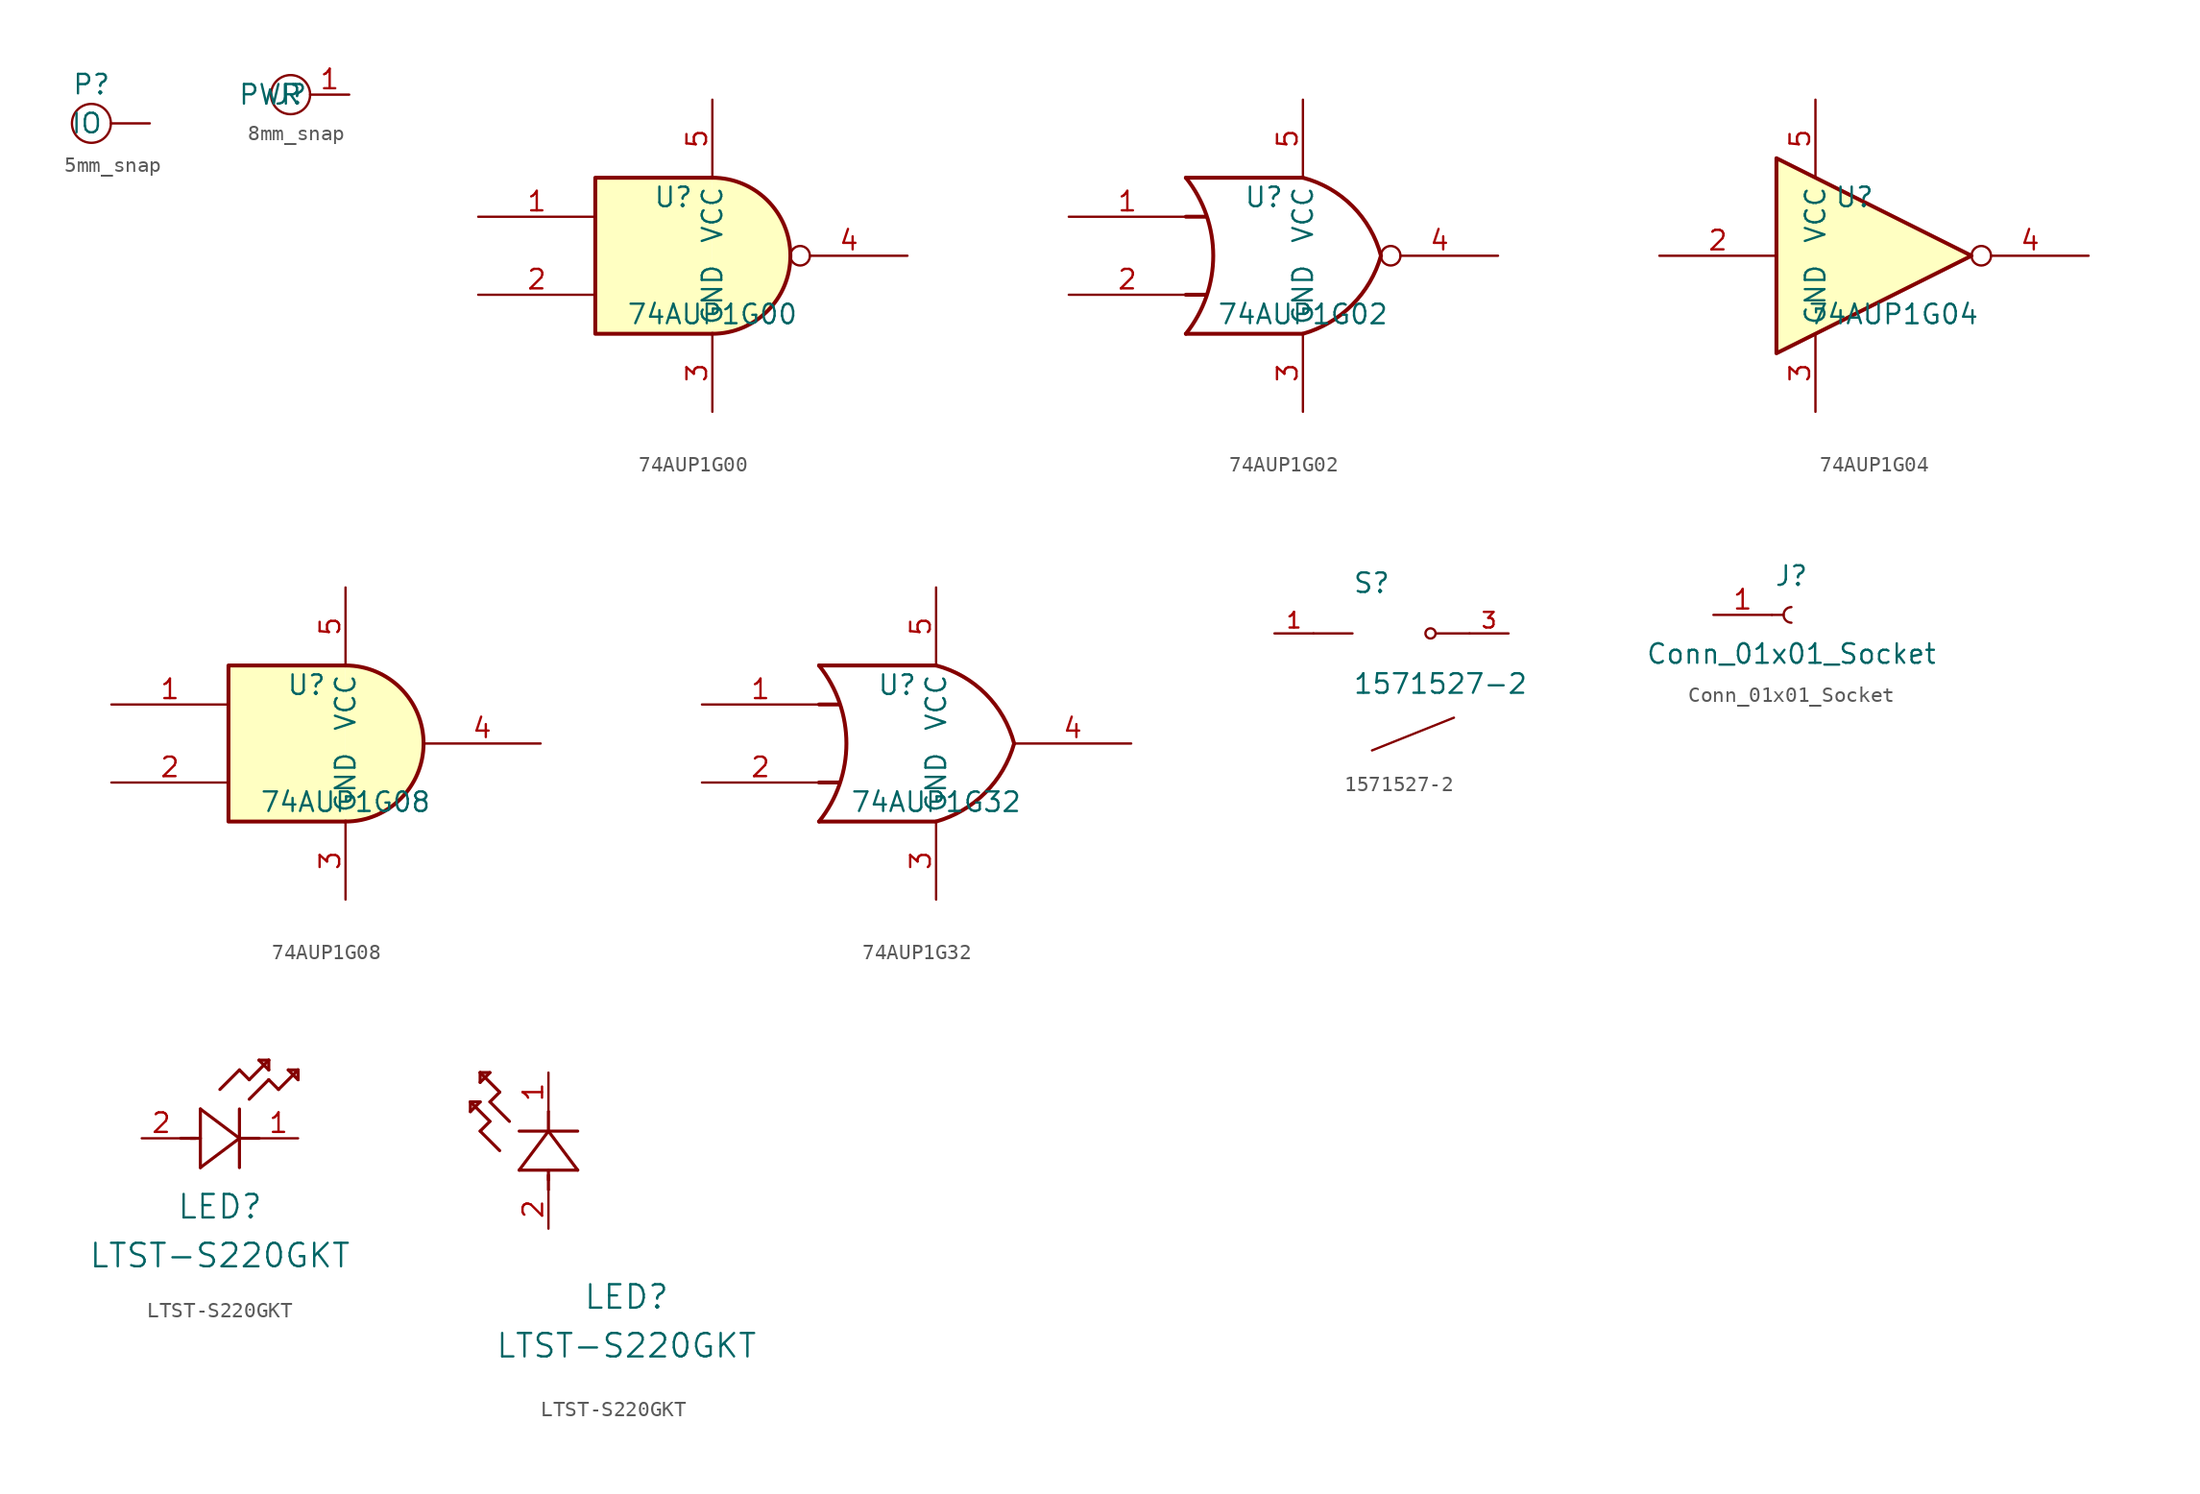
<source format=kicad_sym>
(kicad_symbol_lib
  (version 20220914)
  (generator kicad_symbol_editor)
  (symbol "5mm_snap"
    (property "Reference" "P"
      (at 0 2.54 0)
      (effects (font (size 1.27 1.27))))
    (property "Value" ""
      (at 0 0 0)
      (effects (font (size 1.27 1.27))))
    (symbol "5mm_snap_0_1"
      (circle (center 0 0) (radius 1.27) (stroke (width 0) (type default)) (fill (type none))))
    (symbol "5mm_snap_1_1"
      (pin bidirectional line (at 3.81 0 180) (length 2.54) (name "IO" (effects (font (size 1.27 1.27)))) (number "" (effects (font (size 1.27 1.27)))))))
  (symbol "8mm_snap"
    (property "Reference" "J"
      (at 0 0 0)
      (effects (font (size 1.27 1.27))))
    (property "Value" ""
      (at 0 0 0)
      (effects (font (size 1.27 1.27))))
    (symbol "8mm_snap_0_1"
      (circle (center 0 0) (radius 1.27) (stroke (width 0) (type default)) (fill (type none))))
    (symbol "8mm_snap_1_1"
      (pin output line (at 3.81 0 180) (length 2.54) (name "PWR" (effects (font (size 1.27 1.27)))) (number "1" (effects (font (size 1.27 1.27)))))))
  (symbol "74AUP1G00"
    (property "Reference" "U"
      (at -2.54 3.81 0)
      (effects (font (size 1.27 1.27))))
    (property "Value" "74AUP1G00"
      (at 0 -3.81 0)
      (effects (font (size 1.27 1.27))))
    (symbol "74AUP1G00_0_1"
      (arc (start 0 -5.08) (mid 5.0579 0) (end 0 5.08) (stroke (width 0.254) (type default)) (fill (type background)))
      (polyline (pts (xy 0 -5.08) (xy -7.62 -5.08) (xy -7.62 5.08) (xy 0 5.08)) (stroke (width 0.254) (type default)) (fill (type background))))
    (symbol "74AUP1G00_1_1"
      (pin input line (at -15.24 2.54 0) (length 7.62) (name "~" (effects (font (size 1.27 1.27)))) (number "1" (effects (font (size 1.27 1.27)))))
      (pin input line (at -15.24 -2.54 0) (length 7.62) (name "~" (effects (font (size 1.27 1.27)))) (number "2" (effects (font (size 1.27 1.27)))))
      (pin power_in line (at 0 -10.16 90) (length 5.08) (name "GND" (effects (font (size 1.27 1.27)))) (number "3" (effects (font (size 1.27 1.27)))))
      (pin output inverted (at 12.7 0 180) (length 7.62) (name "~" (effects (font (size 1.27 1.27)))) (number "4" (effects (font (size 1.27 1.27)))))
      (pin power_in line (at 0 10.16 270) (length 5.08) (name "VCC" (effects (font (size 1.27 1.27)))) (number "5" (effects (font (size 1.27 1.27)))))))
  (symbol "74AUP1G02"
    (property "Reference" "U"
      (at -2.54 3.81 0)
      (effects (font (size 1.27 1.27))))
    (property "Value" "74AUP1G02"
      (at 0 -3.81 0)
      (effects (font (size 1.27 1.27))))
    (symbol "74AUP1G02_0_1"
      (arc (start -7.62 -5.08) (mid -5.838 0) (end -7.62 5.08) (stroke (width 0.254) (type default)) (fill (type none)))
      (arc (start 0 -5.08) (mid 3.1986 -3.2054) (end 5.08 0) (stroke (width 0.254) (type default)) (fill (type none)))
      (polyline (pts (xy -7.62 -2.54) (xy -6.35 -2.54)) (stroke (width 0.254) (type default)) (fill (type background)))
      (polyline (pts (xy -7.62 2.54) (xy -6.35 2.54)) (stroke (width 0.254) (type default)) (fill (type background)))
      (polyline (pts (xy 0 -5.08) (xy -7.62 -5.08)) (stroke (width 0.254) (type default)) (fill (type background)))
      (polyline (pts (xy 0 5.08) (xy -7.62 5.08)) (stroke (width 0.254) (type default)) (fill (type background)))
      (arc (start 5.08 0) (mid 3.2238 3.2304) (end 0 5.08) (stroke (width 0.254) (type default)) (fill (type none))))
    (symbol "74AUP1G02_1_1"
      (pin input line (at -15.24 2.54 0) (length 7.62) (name "~" (effects (font (size 1.27 1.27)))) (number "1" (effects (font (size 1.27 1.27)))))
      (pin input line (at -15.24 -2.54 0) (length 7.62) (name "~" (effects (font (size 1.27 1.27)))) (number "2" (effects (font (size 1.27 1.27)))))
      (pin power_in line (at 0 -10.16 90) (length 5.08) (name "GND" (effects (font (size 1.27 1.27)))) (number "3" (effects (font (size 1.27 1.27)))))
      (pin output inverted (at 12.7 0 180) (length 7.62) (name "~" (effects (font (size 1.27 1.27)))) (number "4" (effects (font (size 1.27 1.27)))))
      (pin power_in line (at 0 10.16 270) (length 5.08) (name "VCC" (effects (font (size 1.27 1.27)))) (number "5" (effects (font (size 1.27 1.27)))))))
  (symbol "74AUP1G04"
    (property "Reference" "U"
      (at -2.54 3.81 0)
      (effects (font (size 1.27 1.27))))
    (property "Value" "74AUP1G04"
      (at 0 -3.81 0)
      (effects (font (size 1.27 1.27))))
    (symbol "74AUP1G04_0_1"
      (polyline (pts (xy -7.62 6.35) (xy -7.62 -6.35) (xy 5.08 0) (xy -7.62 6.35)) (stroke (width 0.254) (type default)) (fill (type background))))
    (symbol "74AUP1G04_1_1"
      (pin input line (at -15.24 0 0) (length 7.62) (name "~" (effects (font (size 1.27 1.27)))) (number "2" (effects (font (size 1.27 1.27)))))
      (pin power_in line (at -5.08 -10.16 90) (length 5.08) (name "GND" (effects (font (size 1.27 1.27)))) (number "3" (effects (font (size 1.27 1.27)))))
      (pin output inverted (at 12.7 0 180) (length 7.62) (name "~" (effects (font (size 1.27 1.27)))) (number "4" (effects (font (size 1.27 1.27)))))
      (pin power_in line (at -5.08 10.16 270) (length 5.08) (name "VCC" (effects (font (size 1.27 1.27)))) (number "5" (effects (font (size 1.27 1.27)))))))
  (symbol "74AUP1G08"
    (property "Reference" "U"
      (at -2.54 3.81 0)
      (effects (font (size 1.27 1.27))))
    (property "Value" "74AUP1G08"
      (at 0 -3.81 0)
      (effects (font (size 1.27 1.27))))
    (symbol "74AUP1G08_0_1"
      (arc (start 0 -5.08) (mid 5.0579 0) (end 0 5.08) (stroke (width 0.254) (type default)) (fill (type background)))
      (polyline (pts (xy 0 -5.08) (xy -7.62 -5.08) (xy -7.62 5.08) (xy 0 5.08)) (stroke (width 0.254) (type default)) (fill (type background))))
    (symbol "74AUP1G08_1_1"
      (pin input line (at -15.24 2.54 0) (length 7.62) (name "~" (effects (font (size 1.27 1.27)))) (number "1" (effects (font (size 1.27 1.27)))))
      (pin input line (at -15.24 -2.54 0) (length 7.62) (name "~" (effects (font (size 1.27 1.27)))) (number "2" (effects (font (size 1.27 1.27)))))
      (pin power_in line (at 0 -10.16 90) (length 5.08) (name "GND" (effects (font (size 1.27 1.27)))) (number "3" (effects (font (size 1.27 1.27)))))
      (pin output line (at 12.7 0 180) (length 7.62) (name "~" (effects (font (size 1.27 1.27)))) (number "4" (effects (font (size 1.27 1.27)))))
      (pin power_in line (at 0 10.16 270) (length 5.08) (name "VCC" (effects (font (size 1.27 1.27)))) (number "5" (effects (font (size 1.27 1.27)))))))
  (symbol "74AUP1G32"
    (property "Reference" "U"
      (at -2.54 3.81 0)
      (effects (font (size 1.27 1.27))))
    (property "Value" "74AUP1G32"
      (at 0 -3.81 0)
      (effects (font (size 1.27 1.27))))
    (symbol "74AUP1G32_0_1"
      (arc (start -7.62 -5.08) (mid -5.838 0) (end -7.62 5.08) (stroke (width 0.254) (type default)) (fill (type none)))
      (arc (start 0 -5.08) (mid 3.1986 -3.2054) (end 5.08 0) (stroke (width 0.254) (type default)) (fill (type none)))
      (polyline (pts (xy -7.62 -2.54) (xy -6.35 -2.54)) (stroke (width 0.254) (type default)) (fill (type background)))
      (polyline (pts (xy -7.62 2.54) (xy -6.35 2.54)) (stroke (width 0.254) (type default)) (fill (type background)))
      (polyline (pts (xy 0 -5.08) (xy -7.62 -5.08)) (stroke (width 0.254) (type default)) (fill (type background)))
      (polyline (pts (xy 0 5.08) (xy -7.62 5.08)) (stroke (width 0.254) (type default)) (fill (type background)))
      (arc (start 5.08 0) (mid 3.2238 3.2304) (end 0 5.08) (stroke (width 0.254) (type default)) (fill (type none))))
    (symbol "74AUP1G32_1_1"
      (pin input line (at -15.24 2.54 0) (length 7.62) (name "~" (effects (font (size 1.27 1.27)))) (number "1" (effects (font (size 1.27 1.27)))))
      (pin input line (at -15.24 -2.54 0) (length 7.62) (name "~" (effects (font (size 1.27 1.27)))) (number "2" (effects (font (size 1.27 1.27)))))
      (pin power_in line (at 0 -10.16 90) (length 5.08) (name "GND" (effects (font (size 1.27 1.27)))) (number "3" (effects (font (size 1.27 1.27)))))
      (pin output line (at 12.7 0 180) (length 7.62) (name "~" (effects (font (size 1.27 1.27)))) (number "4" (effects (font (size 1.27 1.27)))))
      (pin power_in line (at 0 10.16 270) (length 5.08) (name "VCC" (effects (font (size 1.27 1.27)))) (number "5" (effects (font (size 1.27 1.27)))))))
  (symbol "1571527-2"
    (pin_names
      (offset 1.016))
    (property "Reference" "S"
      (at -2.54 2.54 0)
      (effects (font (size 1.27 1.27)) (justify left bottom)))
    (property "Value" "1571527-2"
      (at -2.54 -2.54 0)
      (effects (font (size 1.27 1.27)) (justify left top)))
    (symbol "1571527-2_0_0"
      (polyline (pts (xy -2.54 0) (xy -5.08 0)) (stroke (width 0.152) (type default)) (fill (type none)))
      (polyline (pts (xy -1.27 -7.62) (xy 4.064 -5.486)) (stroke (width 0.152) (type default)) (fill (type none)))
      (polyline (pts (xy 5.08 0) (xy 2.921 0)) (stroke (width 0.152) (type default)) (fill (type none)))
      (circle (center 2.54 0) (radius 0.33) (stroke (width 0.152) (type default)) (fill (type none)))
      (pin passive line (at -7.62 0 0) (length 2.54) (name "~" (effects (font (size 1.016 1.016)))) (number "1" (effects (font (size 1.016 1.016)))))
      (pin passive line (at 7.62 0 180) (length 2.54) (name "~" (effects (font (size 1.016 1.016)))) (number "3" (effects (font (size 1.016 1.016)))))))
  (symbol "Conn_01x01_Socket"
    (pin_names
      (offset 1.016) hide)
    (property "Reference" "J"
      (at 0 2.54 0)
      (effects (font (size 1.27 1.27))))
    (property "Value" "Conn_01x01_Socket"
      (at 0 -2.54 0)
      (effects (font (size 1.27 1.27))))
    (symbol "Conn_01x01_Socket_1_1"
      (polyline (pts (xy -1.27 0) (xy -0.508 0)) (stroke (width 0.152) (type default)) (fill (type none)))
      (arc (start 0 0.508) (mid -0.5058 0) (end 0 -0.508) (stroke (width 0.1524) (type default)) (fill (type none)))
      (pin passive line (at -5.08 0 0) (length 3.81) (name "Pin_1" (effects (font (size 1.27 1.27)))) (number "1" (effects (font (size 1.27 1.27)))))))
  (symbol "LTST-S220GKT"
    (pin_names
      (offset 0.254))
    (property "Reference" "LED"
      (at 5.08 -4.445 0)
      (effects (font (size 1.524 1.524))))
    (property "Value" "LTST-S220GKT"
      (at 5.08 -7.62 0)
      (effects (font (size 1.524 1.524))))
    (property "ki_locked" ""
      (at 0 0 0)
      (effects (font (size 1.27 1.27))))
    (symbol "LTST-S220GKT_1_1"
      (polyline (pts (xy 2.54 0) (xy 3.48 0)) (stroke (width 0.203) (type default)) (fill (type none)))
      (polyline (pts (xy 3.175 0) (xy 3.81 0)) (stroke (width 0.203) (type default)) (fill (type none)))
      (polyline (pts (xy 3.81 -1.905) (xy 6.35 0)) (stroke (width 0.203) (type default)) (fill (type none)))
      (polyline (pts (xy 3.81 1.905) (xy 3.81 -1.905)) (stroke (width 0.203) (type default)) (fill (type none)))
      (polyline (pts (xy 5.08 3.175) (xy 6.35 4.445)) (stroke (width 0.203) (type default)) (fill (type none)))
      (polyline (pts (xy 6.35 -1.905) (xy 6.35 1.905)) (stroke (width 0.203) (type default)) (fill (type none)))
      (polyline (pts (xy 6.35 0) (xy 3.81 1.905)) (stroke (width 0.203) (type default)) (fill (type none)))
      (polyline (pts (xy 6.35 0) (xy 7.62 0)) (stroke (width 0.203) (type default)) (fill (type none)))
      (polyline (pts (xy 6.35 4.445) (xy 6.985 3.81)) (stroke (width 0.203) (type default)) (fill (type none)))
      (polyline (pts (xy 6.985 2.54) (xy 8.255 3.81)) (stroke (width 0.203) (type default)) (fill (type none)))
      (polyline (pts (xy 6.985 3.81) (xy 8.255 5.08)) (stroke (width 0.203) (type default)) (fill (type none)))
      (polyline (pts (xy 7.62 5.08) (xy 8.255 4.445)) (stroke (width 0.203) (type default)) (fill (type none)))
      (polyline (pts (xy 8.255 3.81) (xy 8.89 3.175)) (stroke (width 0.203) (type default)) (fill (type none)))
      (polyline (pts (xy 8.255 4.445) (xy 8.255 5.08)) (stroke (width 0.203) (type default)) (fill (type none)))
      (polyline (pts (xy 8.255 5.08) (xy 7.62 5.08)) (stroke (width 0.203) (type default)) (fill (type none)))
      (polyline (pts (xy 8.89 3.175) (xy 10.16 4.445)) (stroke (width 0.203) (type default)) (fill (type none)))
      (polyline (pts (xy 9.525 4.445) (xy 10.16 3.81)) (stroke (width 0.203) (type default)) (fill (type none)))
      (polyline (pts (xy 10.16 3.81) (xy 10.16 4.445)) (stroke (width 0.203) (type default)) (fill (type none)))
      (polyline (pts (xy 10.16 4.445) (xy 9.525 4.445)) (stroke (width 0.203) (type default)) (fill (type none)))
      (pin unspecified line (at 10.16 0 180) (length 2.54) (name "" (effects (font (size 1.27 1.27)))) (number "1" (effects (font (size 1.27 1.27)))))
      (pin unspecified line (at 0 0 0) (length 2.54) (name "" (effects (font (size 1.27 1.27)))) (number "2" (effects (font (size 1.27 1.27))))))
    (symbol "LTST-S220GKT_1_2"
      (polyline (pts (xy -5.08 7.62) (xy -4.445 8.255)) (stroke (width 0.203) (type default)) (fill (type none)))
      (polyline (pts (xy -5.08 8.255) (xy -5.08 7.62)) (stroke (width 0.203) (type default)) (fill (type none)))
      (polyline (pts (xy -4.445 6.35) (xy -3.81 6.985)) (stroke (width 0.203) (type default)) (fill (type none)))
      (polyline (pts (xy -4.445 8.255) (xy -5.08 8.255)) (stroke (width 0.203) (type default)) (fill (type none)))
      (polyline (pts (xy -4.445 9.525) (xy -3.81 10.16)) (stroke (width 0.203) (type default)) (fill (type none)))
      (polyline (pts (xy -4.445 10.16) (xy -4.445 9.525)) (stroke (width 0.203) (type default)) (fill (type none)))
      (polyline (pts (xy -3.81 6.985) (xy -5.08 8.255)) (stroke (width 0.203) (type default)) (fill (type none)))
      (polyline (pts (xy -3.81 8.255) (xy -3.175 8.89)) (stroke (width 0.203) (type default)) (fill (type none)))
      (polyline (pts (xy -3.81 10.16) (xy -4.445 10.16)) (stroke (width 0.203) (type default)) (fill (type none)))
      (polyline (pts (xy -3.175 5.08) (xy -4.445 6.35)) (stroke (width 0.203) (type default)) (fill (type none)))
      (polyline (pts (xy -3.175 8.89) (xy -4.445 10.16)) (stroke (width 0.203) (type default)) (fill (type none)))
      (polyline (pts (xy -2.54 6.985) (xy -3.81 8.255)) (stroke (width 0.203) (type default)) (fill (type none)))
      (polyline (pts (xy -1.905 3.81) (xy 1.905 3.81)) (stroke (width 0.203) (type default)) (fill (type none)))
      (polyline (pts (xy 0 2.54) (xy 0 3.48)) (stroke (width 0.203) (type default)) (fill (type none)))
      (polyline (pts (xy 0 3.175) (xy 0 3.81)) (stroke (width 0.203) (type default)) (fill (type none)))
      (polyline (pts (xy 0 6.35) (xy -1.905 3.81)) (stroke (width 0.203) (type default)) (fill (type none)))
      (polyline (pts (xy 0 6.35) (xy 0 7.62)) (stroke (width 0.203) (type default)) (fill (type none)))
      (polyline (pts (xy 1.905 3.81) (xy 0 6.35)) (stroke (width 0.203) (type default)) (fill (type none)))
      (polyline (pts (xy 1.905 6.35) (xy -1.905 6.35)) (stroke (width 0.203) (type default)) (fill (type none)))
      (pin unspecified line (at 0 10.16 270) (length 2.54) (name "" (effects (font (size 1.27 1.27)))) (number "1" (effects (font (size 1.27 1.27)))))
      (pin unspecified line (at 0 0 90) (length 2.54) (name "" (effects (font (size 1.27 1.27)))) (number "2" (effects (font (size 1.27 1.27))))))))
</source>
